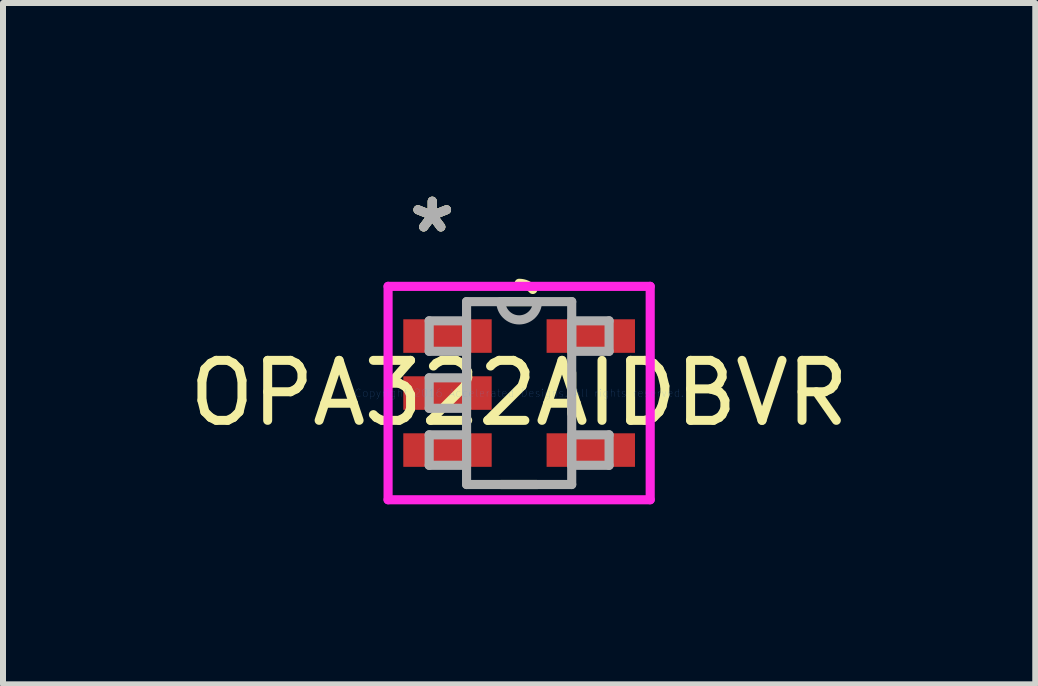
<source format=kicad_pcb>
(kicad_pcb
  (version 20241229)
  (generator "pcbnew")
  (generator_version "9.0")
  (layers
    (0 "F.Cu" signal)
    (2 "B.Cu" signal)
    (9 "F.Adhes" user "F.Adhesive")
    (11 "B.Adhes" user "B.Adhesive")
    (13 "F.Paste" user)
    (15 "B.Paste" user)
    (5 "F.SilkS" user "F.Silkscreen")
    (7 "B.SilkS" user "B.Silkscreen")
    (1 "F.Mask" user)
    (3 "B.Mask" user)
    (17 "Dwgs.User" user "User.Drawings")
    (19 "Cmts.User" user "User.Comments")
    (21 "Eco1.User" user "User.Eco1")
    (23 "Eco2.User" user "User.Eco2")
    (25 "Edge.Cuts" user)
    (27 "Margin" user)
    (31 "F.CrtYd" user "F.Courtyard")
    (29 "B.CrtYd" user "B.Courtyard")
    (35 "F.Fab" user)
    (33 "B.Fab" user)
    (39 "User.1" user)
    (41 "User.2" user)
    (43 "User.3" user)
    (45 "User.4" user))
  (footprint "OPA322AIDBVR"
    (layer "F.Cu")
    (at 5.601 3.5)
    (property "Reference" "OPA322AIDBVR" (at 0 0 0) (layer "F.SilkS") (effects (font (size 1 1) (thickness 0.15))))
    (attr through_hole)
    (fp_line (start -0.303 1.524) (end 0.303 1.524) (stroke (width 0.152) (type solid)) (layer "F.SilkS"))
    (fp_line (start 0.303 -1.524) (end -0.303 -1.524) (stroke (width 0.152) (type solid)) (layer "F.SilkS"))
    (fp_line (start 0.876 0.338) (end 0.876 -0.338) (stroke (width 0.152) (type solid)) (layer "F.SilkS"))
    (fp_arc (start 0 -1.8288) (mid 0.124872 -1.802047) (end 0.227823 -1.726484) (stroke (width 0.1524) (type solid)) (layer "F.SilkS"))
    (fp_line (start -2.184 -1.778) (end 2.184 -1.778) (stroke (width 0.152) (type solid)) (layer "F.CrtYd"))
    (fp_line (start -2.184 1.778) (end -2.184 -1.778) (stroke (width 0.152) (type solid)) (layer "F.CrtYd"))
    (fp_line (start 2.184 -1.778) (end 2.184 1.778) (stroke (width 0.152) (type solid)) (layer "F.CrtYd"))
    (fp_line (start 2.184 1.778) (end -2.184 1.778) (stroke (width 0.152) (type solid)) (layer "F.CrtYd"))
    (fp_line (start -1.499 -1.204) (end -1.499 -0.696) (stroke (width 0.152) (type solid)) (layer "F.Fab"))
    (fp_line (start -1.499 -0.696) (end -0.876 -0.696) (stroke (width 0.152) (type solid)) (layer "F.Fab"))
    (fp_line (start -1.499 -0.254) (end -1.499 0.254) (stroke (width 0.152) (type solid)) (layer "F.Fab"))
    (fp_line (start -1.499 0.254) (end -0.876 0.254) (stroke (width 0.152) (type solid)) (layer "F.Fab"))
    (fp_line (start -1.499 0.696) (end -1.499 1.204) (stroke (width 0.152) (type solid)) (layer "F.Fab"))
    (fp_line (start -1.499 1.204) (end -0.876 1.204) (stroke (width 0.152) (type solid)) (layer "F.Fab"))
    (fp_line (start -0.876 -1.524) (end -0.876 1.524) (stroke (width 0.152) (type solid)) (layer "F.Fab"))
    (fp_line (start -0.876 -1.204) (end -1.499 -1.204) (stroke (width 0.152) (type solid)) (layer "F.Fab"))
    (fp_line (start -0.876 -0.696) (end -0.876 -1.204) (stroke (width 0.152) (type solid)) (layer "F.Fab"))
    (fp_line (start -0.876 -0.254) (end -1.499 -0.254) (stroke (width 0.152) (type solid)) (layer "F.Fab"))
    (fp_line (start -0.876 0.254) (end -0.876 -0.254) (stroke (width 0.152) (type solid)) (layer "F.Fab"))
    (fp_line (start -0.876 0.696) (end -1.499 0.696) (stroke (width 0.152) (type solid)) (layer "F.Fab"))
    (fp_line (start -0.876 1.204) (end -0.876 0.696) (stroke (width 0.152) (type solid)) (layer "F.Fab"))
    (fp_line (start -0.876 1.524) (end 0.876 1.524) (stroke (width 0.152) (type solid)) (layer "F.Fab"))
    (fp_line (start 0.876 -1.524) (end -0.876 -1.524) (stroke (width 0.152) (type solid)) (layer "F.Fab"))
    (fp_line (start 0.876 -1.204) (end 0.876 -0.696) (stroke (width 0.152) (type solid)) (layer "F.Fab"))
    (fp_line (start 0.876 -0.696) (end 1.499 -0.696) (stroke (width 0.152) (type solid)) (layer "F.Fab"))
    (fp_line (start 0.876 0.696) (end 0.876 1.204) (stroke (width 0.152) (type solid)) (layer "F.Fab"))
    (fp_line (start 0.876 1.204) (end 1.499 1.204) (stroke (width 0.152) (type solid)) (layer "F.Fab"))
    (fp_line (start 0.876 1.524) (end 0.876 -1.524) (stroke (width 0.152) (type solid)) (layer "F.Fab"))
    (fp_line (start 1.499 -1.204) (end 0.876 -1.204) (stroke (width 0.152) (type solid)) (layer "F.Fab"))
    (fp_line (start 1.499 -0.696) (end 1.499 -1.204) (stroke (width 0.152) (type solid)) (layer "F.Fab"))
    (fp_line (start 1.499 0.696) (end 0.876 0.696) (stroke (width 0.152) (type solid)) (layer "F.Fab"))
    (fp_line (start 1.499 1.204) (end 1.499 0.696) (stroke (width 0.152) (type solid)) (layer "F.Fab"))
    (fp_arc (start 0.3048 -1.524) (mid 0 -1.2192) (end -0.3048 -1.524) (stroke (width 0.1524) (type solid)) (layer "F.Fab"))
    (fp_text user "*" (at -1.448 -2.652 0) (layer "F.SilkS") (effects (font (size 1 1) (thickness 0.15))))
    (fp_text user "*" (at -1.448 -2.652 0) (layer "F.SilkS") (effects (font (size 1 1) (thickness 0.15))))
    (fp_text user "Copyright 2016 Accelerated Designs. All rights reserved." (at 0 0 0) (layer "Cmts.User") (effects (font (size 0.127 0.127) (thickness 0.002))))
    (fp_text user "*" (at -1.448 -2.652 0) (layer "F.Fab") (effects (font (size 1 1) (thickness 0.15))))
    (fp_text user "*" (at -1.448 -2.652 0) (layer "F.Fab") (effects (font (size 1 1) (thickness 0.15))))
    (pad "1" smd rect (at -1.194 -0.95) (size 1.473 0.559) (layers "F.Cu" "F.Mask" "F.Paste"))
    (pad "2" smd rect (at -1.194 0) (size 1.473 0.559) (layers "F.Cu" "F.Mask" "F.Paste"))
    (pad "3" smd rect (at -1.194 0.95) (size 1.473 0.559) (layers "F.Cu" "F.Mask" "F.Paste"))
    (pad "4" smd rect (at 1.194 0.95) (size 1.473 0.559) (layers "F.Cu" "F.Mask" "F.Paste"))
    (pad "5" smd rect (at 1.194 -0.95) (size 1.473 0.559) (layers "F.Cu" "F.Mask" "F.Paste")))
  (gr_rect
    (start -3 -3)
    (end 14.202 8.354)
    (stroke (width 0.1) (type default))
    (fill no)
    (layer "Edge.Cuts")))
</source>
